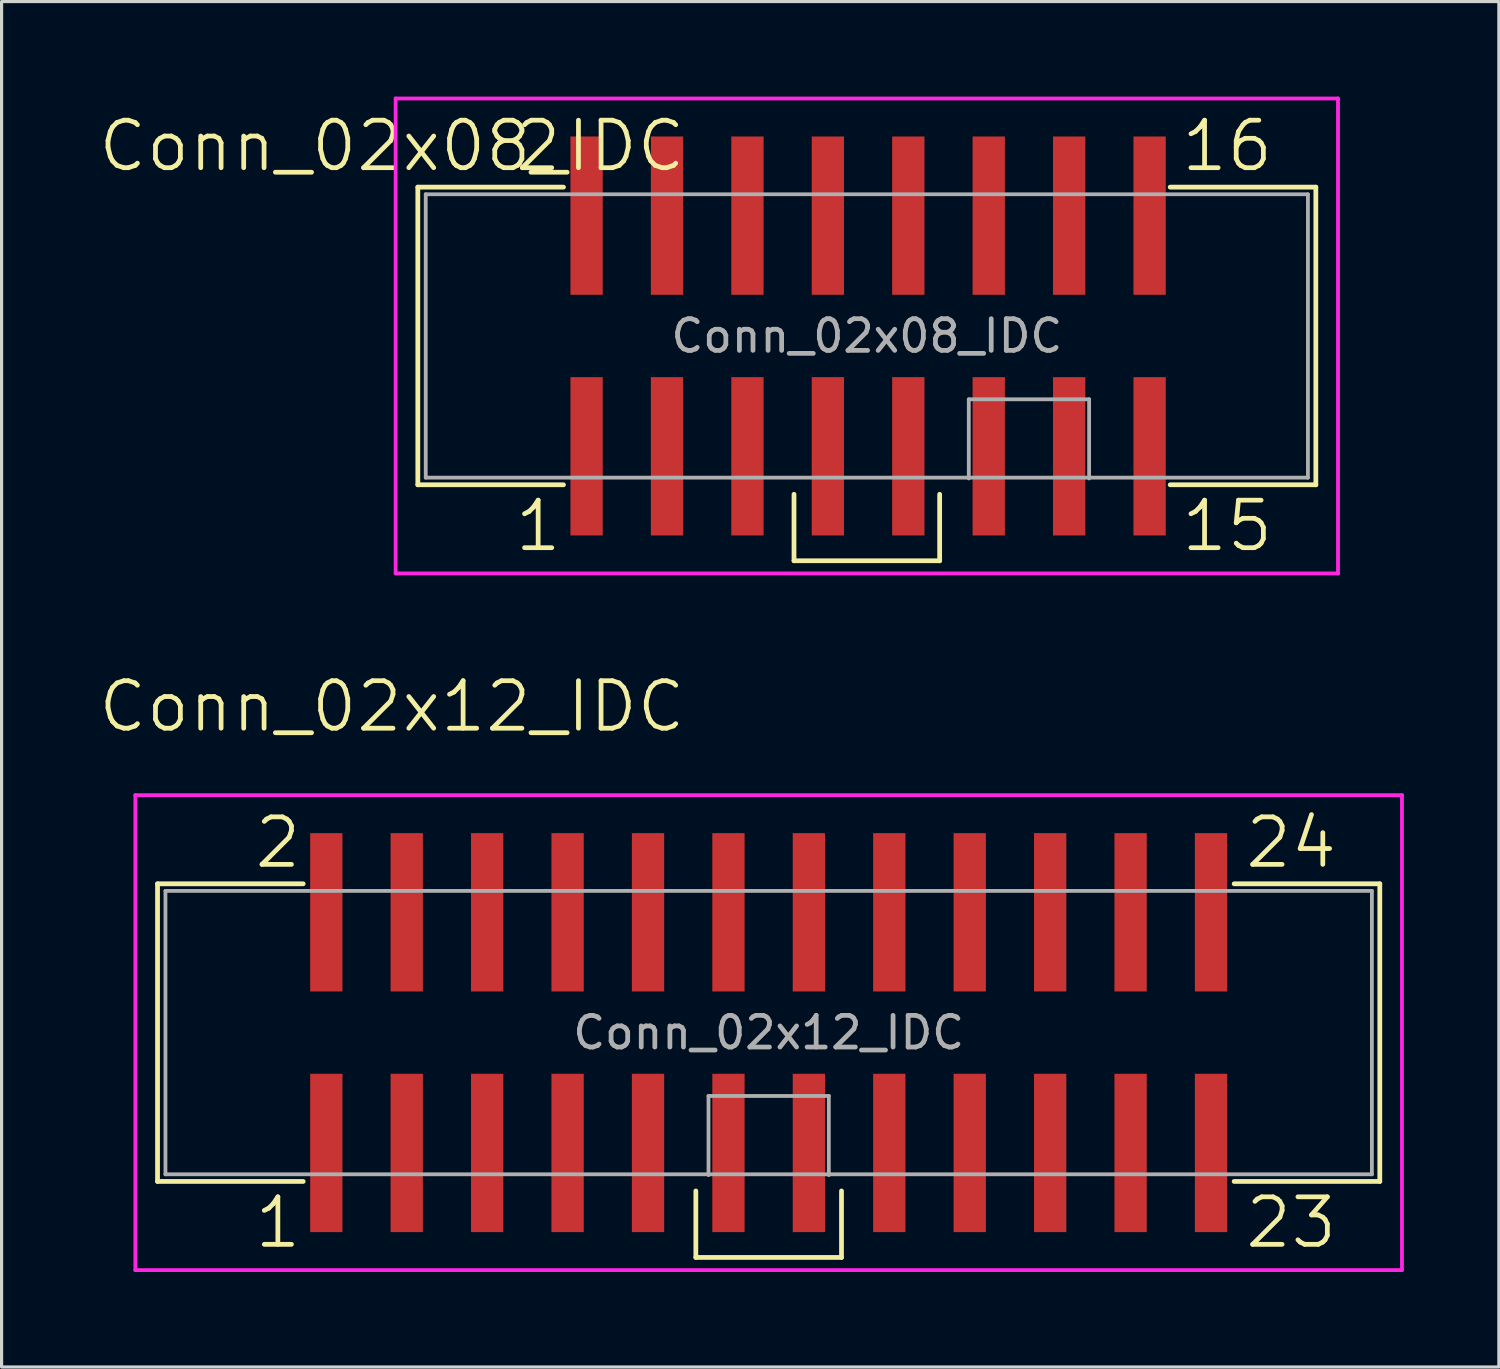
<source format=kicad_pcb>
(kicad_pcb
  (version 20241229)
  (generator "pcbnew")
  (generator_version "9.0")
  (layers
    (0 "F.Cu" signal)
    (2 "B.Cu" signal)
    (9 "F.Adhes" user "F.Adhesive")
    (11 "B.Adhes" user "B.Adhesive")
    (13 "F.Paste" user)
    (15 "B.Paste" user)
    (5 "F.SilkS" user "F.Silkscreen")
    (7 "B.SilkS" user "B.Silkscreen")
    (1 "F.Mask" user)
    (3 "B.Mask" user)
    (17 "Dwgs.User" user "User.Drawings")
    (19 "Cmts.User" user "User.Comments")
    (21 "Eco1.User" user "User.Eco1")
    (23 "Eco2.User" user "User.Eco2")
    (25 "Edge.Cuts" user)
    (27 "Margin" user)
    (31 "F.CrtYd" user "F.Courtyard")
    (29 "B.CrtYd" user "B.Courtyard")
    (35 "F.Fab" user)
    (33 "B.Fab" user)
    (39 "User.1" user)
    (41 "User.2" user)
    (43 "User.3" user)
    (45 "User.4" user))
  (footprint "Conn_02x08_IDC"
    (layer "F.Cu")
    (at 24.325 7.56)
    (property "Reference" "Conn_02x08_IDC" (at -15 -6 0) (layer "F.SilkS") (effects (font (size 1.5 1.5) (thickness 0.15))))
    (attr through_hole)
    (fp_line (start -14.18 -4.7) (end -9.58 -4.7) (stroke (width 0.15) (type solid)) (layer "F.SilkS"))
    (fp_line (start -14.18 4.7) (end -14.18 -4.7) (stroke (width 0.15) (type solid)) (layer "F.SilkS"))
    (fp_line (start -9.58 4.7) (end -14.18 4.7) (stroke (width 0.15) (type solid)) (layer "F.SilkS"))
    (fp_line (start -2.3 5) (end -2.3 7.1) (stroke (width 0.15) (type solid)) (layer "F.SilkS"))
    (fp_line (start -2.3 7.1) (end 2.3 7.1) (stroke (width 0.15) (type solid)) (layer "F.SilkS"))
    (fp_line (start 2.3 7.1) (end 2.3 5) (stroke (width 0.15) (type solid)) (layer "F.SilkS"))
    (fp_line (start 9.58 -4.7) (end 14.18 -4.7) (stroke (width 0.15) (type solid)) (layer "F.SilkS"))
    (fp_line (start 14.18 -4.7) (end 14.18 4.7) (stroke (width 0.15) (type solid)) (layer "F.SilkS"))
    (fp_line (start 14.18 4.7) (end 9.58 4.7) (stroke (width 0.15) (type solid)) (layer "F.SilkS"))
    (fp_line (start -14.88 -7.5) (end 14.88 -7.5) (stroke (width 0.12) (type solid)) (layer "F.CrtYd"))
    (fp_line (start -14.88 7.5) (end -14.88 -7.5) (stroke (width 0.12) (type solid)) (layer "F.CrtYd"))
    (fp_line (start -14.88 7.5) (end 14.88 7.5) (stroke (width 0.12) (type solid)) (layer "F.CrtYd"))
    (fp_line (start 14.88 -7.5) (end 14.88 7.5) (stroke (width 0.12) (type solid)) (layer "F.CrtYd"))
    (fp_line (start -13.93 -4.475) (end 13.93 -4.475) (stroke (width 0.12) (type solid)) (layer "F.Fab"))
    (fp_line (start -13.93 4.475) (end -13.93 -4.475) (stroke (width 0.12) (type solid)) (layer "F.Fab"))
    (fp_line (start -13.93 4.475) (end 13.93 4.475) (stroke (width 0.12) (type solid)) (layer "F.Fab"))
    (fp_line (start 3.22 2) (end 7.02 2) (stroke (width 0.12) (type solid)) (layer "F.Fab"))
    (fp_line (start 3.22 4.5) (end 3.22 2) (stroke (width 0.12) (type solid)) (layer "F.Fab"))
    (fp_line (start 7.02 2) (end 7.02 4.5) (stroke (width 0.12) (type solid)) (layer "F.Fab"))
    (fp_line (start 13.93 -4.475) (end 13.93 4.475) (stroke (width 0.12) (type solid)) (layer "F.Fab"))
    (fp_text user "15" (at 11.38 6 0) (layer "F.SilkS") (effects (font (size 1.5 1.5) (thickness 0.15))))
    (fp_text user "2" (at -10.38 -6 0) (layer "F.SilkS") (effects (font (size 1.5 1.5) (thickness 0.15))))
    (fp_text user "16" (at 11.38 -6 0) (layer "F.SilkS") (effects (font (size 1.5 1.5) (thickness 0.15))))
    (fp_text user "1" (at -10.38 6 0) (layer "F.SilkS") (effects (font (size 1.5 1.5) (thickness 0.15))))
    (fp_text user "${REFERENCE}" (at 0 0 0) (layer "F.Fab") (effects (font (size 1 1) (thickness 0.15))))
    (pad "1" smd rect (at -8.85 3.8) (size 1.02 5) (layers "F.Cu" "F.Mask" "F.Paste"))
    (pad "2" smd rect (at -8.85 -3.8) (size 1.02 5) (layers "F.Cu" "F.Mask" "F.Paste"))
    (pad "3" smd rect (at -6.31 3.8) (size 1.02 5) (layers "F.Cu" "F.Mask" "F.Paste"))
    (pad "4" smd rect (at -6.31 -3.8) (size 1.02 5) (layers "F.Cu" "F.Mask" "F.Paste"))
    (pad "5" smd rect (at -3.77 3.8) (size 1.02 5) (layers "F.Cu" "F.Mask" "F.Paste"))
    (pad "6" smd rect (at -3.77 -3.8) (size 1.02 5) (layers "F.Cu" "F.Mask" "F.Paste"))
    (pad "7" smd rect (at -1.23 3.8) (size 1.02 5) (layers "F.Cu" "F.Mask" "F.Paste"))
    (pad "8" smd rect (at -1.23 -3.8) (size 1.02 5) (layers "F.Cu" "F.Mask" "F.Paste"))
    (pad "9" smd rect (at 1.31 3.8) (size 1.02 5) (layers "F.Cu" "F.Mask" "F.Paste"))
    (pad "10" smd rect (at 1.31 -3.8) (size 1.02 5) (layers "F.Cu" "F.Mask" "F.Paste"))
    (pad "11" smd rect (at 3.85 3.8) (size 1.02 5) (layers "F.Cu" "F.Mask" "F.Paste"))
    (pad "12" smd rect (at 3.85 -3.8) (size 1.02 5) (layers "F.Cu" "F.Mask" "F.Paste"))
    (pad "13" smd rect (at 6.39 3.8) (size 1.02 5) (layers "F.Cu" "F.Mask" "F.Paste"))
    (pad "14" smd rect (at 6.39 -3.8) (size 1.02 5) (layers "F.Cu" "F.Mask" "F.Paste"))
    (pad "15" smd rect (at 8.93 3.8) (size 1.02 5) (layers "F.Cu" "F.Mask" "F.Paste"))
    (pad "16" smd rect (at 8.93 -3.8) (size 1.02 5) (layers "F.Cu" "F.Mask" "F.Paste")))
  (footprint "Conn_02x12_IDC"
    (layer "F.Cu")
    (at 21.225 29.561)
    (property "Reference" "Conn_02x12_IDC" (at -11.9 -10.3 0) (layer "F.SilkS") (effects (font (size 1.5 1.5) (thickness 0.15))))
    (attr through_hole)
    (fp_line (start -19.3 -4.7) (end -14.7 -4.7) (stroke (width 0.15) (type solid)) (layer "F.SilkS"))
    (fp_line (start -19.3 4.7) (end -19.3 -4.7) (stroke (width 0.15) (type solid)) (layer "F.SilkS"))
    (fp_line (start -14.7 4.7) (end -19.3 4.7) (stroke (width 0.15) (type solid)) (layer "F.SilkS"))
    (fp_line (start -2.3 5) (end -2.3 7.1) (stroke (width 0.15) (type solid)) (layer "F.SilkS"))
    (fp_line (start -2.3 7.1) (end 2.3 7.1) (stroke (width 0.15) (type solid)) (layer "F.SilkS"))
    (fp_line (start 2.3 7.1) (end 2.3 5) (stroke (width 0.15) (type solid)) (layer "F.SilkS"))
    (fp_line (start 14.7 -4.7) (end 19.3 -4.7) (stroke (width 0.15) (type solid)) (layer "F.SilkS"))
    (fp_line (start 19.3 -4.7) (end 19.3 4.7) (stroke (width 0.15) (type solid)) (layer "F.SilkS"))
    (fp_line (start 19.3 4.7) (end 14.7 4.7) (stroke (width 0.15) (type solid)) (layer "F.SilkS"))
    (fp_line (start -20 -7.5) (end 20 -7.5) (stroke (width 0.12) (type solid)) (layer "F.CrtYd"))
    (fp_line (start -20 7.5) (end -20 -7.5) (stroke (width 0.12) (type solid)) (layer "F.CrtYd"))
    (fp_line (start -20 7.5) (end 20 7.5) (stroke (width 0.12) (type solid)) (layer "F.CrtYd"))
    (fp_line (start 20 -7.5) (end 20 7.5) (stroke (width 0.12) (type solid)) (layer "F.CrtYd"))
    (fp_line (start -19.05 -4.475) (end 19.05 -4.475) (stroke (width 0.12) (type solid)) (layer "F.Fab"))
    (fp_line (start -19.05 4.475) (end -19.05 -4.475) (stroke (width 0.12) (type solid)) (layer "F.Fab"))
    (fp_line (start -19.05 4.475) (end 19.05 4.475) (stroke (width 0.12) (type solid)) (layer "F.Fab"))
    (fp_line (start -1.9 2) (end 1.9 2) (stroke (width 0.12) (type solid)) (layer "F.Fab"))
    (fp_line (start -1.9 4.5) (end -1.9 2) (stroke (width 0.12) (type solid)) (layer "F.Fab"))
    (fp_line (start 1.9 2) (end 1.9 4.5) (stroke (width 0.12) (type solid)) (layer "F.Fab"))
    (fp_line (start 19.05 -4.475) (end 19.05 4.475) (stroke (width 0.12) (type solid)) (layer "F.Fab"))
    (fp_text user "2" (at -15.5 -6 0) (layer "F.SilkS") (effects (font (size 1.5 1.5) (thickness 0.15))))
    (fp_text user "23" (at 16.5 6 0) (layer "F.SilkS") (effects (font (size 1.5 1.5) (thickness 0.15))))
    (fp_text user "1" (at -15.5 6 0) (layer "F.SilkS") (effects (font (size 1.5 1.5) (thickness 0.15))))
    (fp_text user "24" (at 16.5 -6 0) (layer "F.SilkS") (effects (font (size 1.5 1.5) (thickness 0.15))))
    (fp_text user "${REFERENCE}" (at 0 0 0) (layer "F.Fab") (effects (font (size 1 1) (thickness 0.15))))
    (pad "1" smd rect (at -13.97 3.8) (size 1.02 5) (layers "F.Cu" "F.Mask" "F.Paste"))
    (pad "2" smd rect (at -13.97 -3.8) (size 1.02 5) (layers "F.Cu" "F.Mask" "F.Paste"))
    (pad "3" smd rect (at -11.43 3.8) (size 1.02 5) (layers "F.Cu" "F.Mask" "F.Paste"))
    (pad "4" smd rect (at -11.43 -3.8) (size 1.02 5) (layers "F.Cu" "F.Mask" "F.Paste"))
    (pad "5" smd rect (at -8.89 3.8) (size 1.02 5) (layers "F.Cu" "F.Mask" "F.Paste"))
    (pad "6" smd rect (at -8.89 -3.8) (size 1.02 5) (layers "F.Cu" "F.Mask" "F.Paste"))
    (pad "7" smd rect (at -6.35 3.8) (size 1.02 5) (layers "F.Cu" "F.Mask" "F.Paste"))
    (pad "8" smd rect (at -6.35 -3.8) (size 1.02 5) (layers "F.Cu" "F.Mask" "F.Paste"))
    (pad "9" smd rect (at -3.81 3.8) (size 1.02 5) (layers "F.Cu" "F.Mask" "F.Paste"))
    (pad "10" smd rect (at -3.81 -3.8) (size 1.02 5) (layers "F.Cu" "F.Mask" "F.Paste"))
    (pad "11" smd rect (at -1.27 3.8) (size 1.02 5) (layers "F.Cu" "F.Mask" "F.Paste"))
    (pad "12" smd rect (at -1.27 -3.8) (size 1.02 5) (layers "F.Cu" "F.Mask" "F.Paste"))
    (pad "13" smd rect (at 1.27 3.8) (size 1.02 5) (layers "F.Cu" "F.Mask" "F.Paste"))
    (pad "14" smd rect (at 1.27 -3.8) (size 1.02 5) (layers "F.Cu" "F.Mask" "F.Paste"))
    (pad "15" smd rect (at 3.81 3.8) (size 1.02 5) (layers "F.Cu" "F.Mask" "F.Paste"))
    (pad "16" smd rect (at 3.81 -3.8) (size 1.02 5) (layers "F.Cu" "F.Mask" "F.Paste"))
    (pad "17" smd rect (at 6.35 3.8) (size 1.02 5) (layers "F.Cu" "F.Mask" "F.Paste"))
    (pad "18" smd rect (at 6.35 -3.8) (size 1.02 5) (layers "F.Cu" "F.Mask" "F.Paste"))
    (pad "19" smd rect (at 8.89 3.8) (size 1.02 5) (layers "F.Cu" "F.Mask" "F.Paste"))
    (pad "20" smd rect (at 8.89 -3.8) (size 1.02 5) (layers "F.Cu" "F.Mask" "F.Paste"))
    (pad "21" smd rect (at 11.43 3.8) (size 1.02 5) (layers "F.Cu" "F.Mask" "F.Paste"))
    (pad "22" smd rect (at 11.43 -3.8) (size 1.02 5) (layers "F.Cu" "F.Mask" "F.Paste"))
    (pad "23" smd rect (at 13.97 3.8) (size 1.02 5) (layers "F.Cu" "F.Mask" "F.Paste"))
    (pad "24" smd rect (at 13.97 -3.8) (size 1.02 5) (layers "F.Cu" "F.Mask" "F.Paste")))
  (gr_rect
    (start -3 -3)
    (end 44.285 40.121)
    (stroke (width 0.1) (type default))
    (fill no)
    (layer "Edge.Cuts")))
</source>
